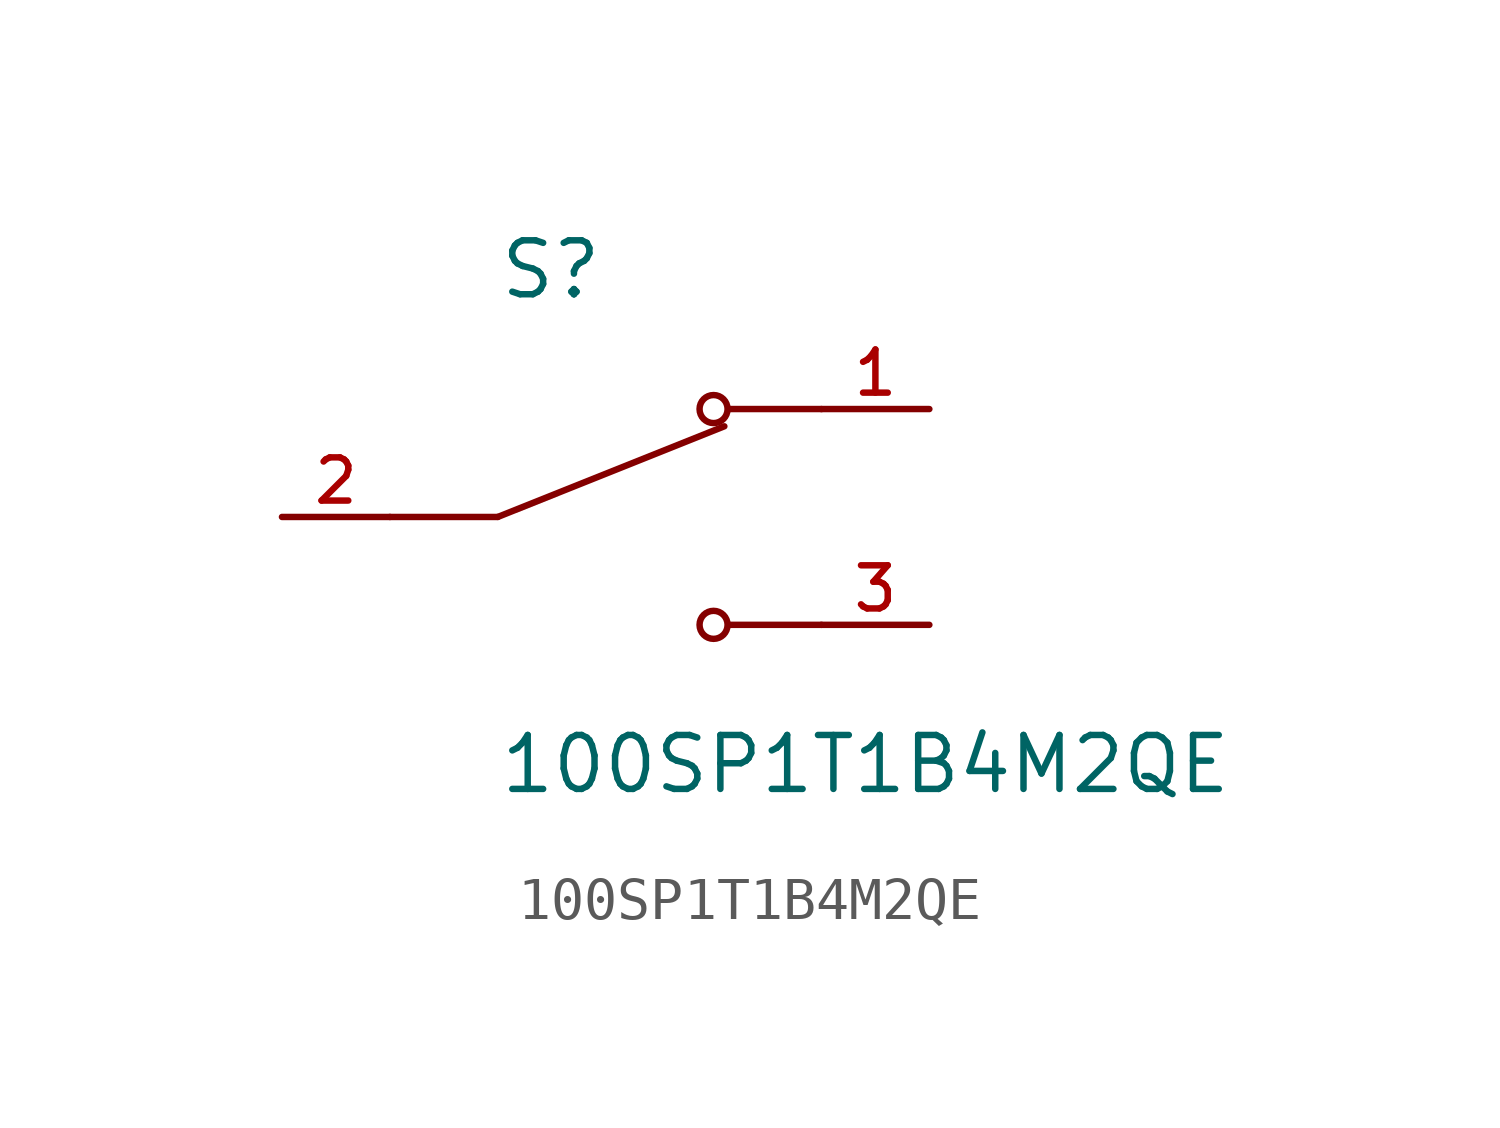
<source format=kicad_sym>
(kicad_symbol_lib
  (version 20211014)
  (generator kicad_symbol_editor)
  (symbol "100SP1T1B4M2QE"
    (pin_names
      (offset 1.016))
    (property "Reference" "S"
      (at -2.54 5.08 0)
      (effects (font (size 1.27 1.27)) (justify bottom left)))
    (property "Value" "100SP1T1B4M2QE"
      (at -2.54 -5.08 0)
      (effects (font (size 1.27 1.27)) (justify top left)))
    (symbol "100SP1T1B4M2QE_0_0"
      (polyline (pts (xy -2.54 0.0) (xy 2.794 2.134)) (stroke (width 0.152)))
      (circle (center 2.54 2.54) (radius 0.33) (stroke (width 0.152)) (fill (type none)))
      (circle (center 2.54 -2.54) (radius 0.33) (stroke (width 0.152)) (fill (type none)))
      (polyline (pts (xy 5.08 -2.54) (xy 2.921 -2.54)) (stroke (width 0.152)))
      (polyline (pts (xy 5.08 2.54) (xy 2.921 2.54)) (stroke (width 0.152)))
      (polyline (pts (xy -2.54 0.0) (xy -5.08 0.0)) (stroke (width 0.152)))
      (pin passive line (at 7.62 2.54 180.0) (length 2.54) (name "~" (effects (font (size 1.016 1.016)))) (number "1" (effects (font (size 1.016 1.016)))))
      (pin passive line (at -7.62 0.0 0) (length 2.54) (name "~" (effects (font (size 1.016 1.016)))) (number "2" (effects (font (size 1.016 1.016)))))
      (pin passive line (at 7.62 -2.54 180.0) (length 2.54) (name "~" (effects (font (size 1.016 1.016)))) (number "3" (effects (font (size 1.016 1.016))))))))
</source>
